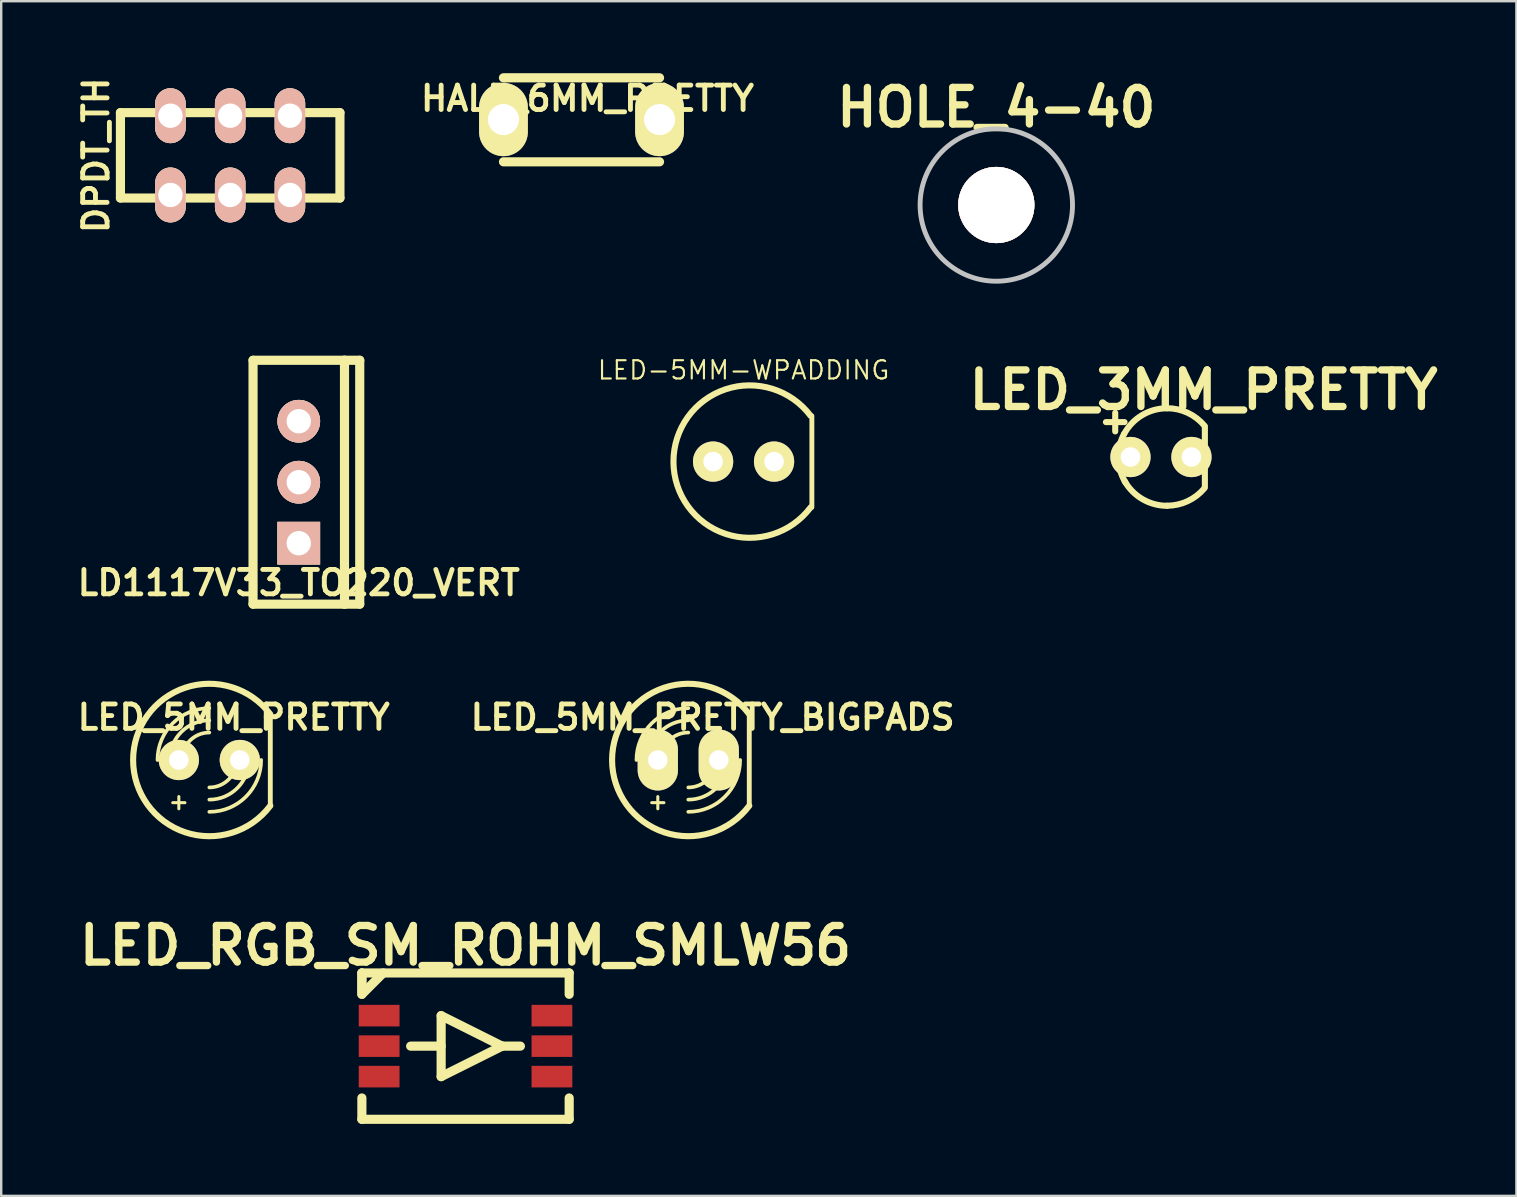
<source format=kicad_pcb>
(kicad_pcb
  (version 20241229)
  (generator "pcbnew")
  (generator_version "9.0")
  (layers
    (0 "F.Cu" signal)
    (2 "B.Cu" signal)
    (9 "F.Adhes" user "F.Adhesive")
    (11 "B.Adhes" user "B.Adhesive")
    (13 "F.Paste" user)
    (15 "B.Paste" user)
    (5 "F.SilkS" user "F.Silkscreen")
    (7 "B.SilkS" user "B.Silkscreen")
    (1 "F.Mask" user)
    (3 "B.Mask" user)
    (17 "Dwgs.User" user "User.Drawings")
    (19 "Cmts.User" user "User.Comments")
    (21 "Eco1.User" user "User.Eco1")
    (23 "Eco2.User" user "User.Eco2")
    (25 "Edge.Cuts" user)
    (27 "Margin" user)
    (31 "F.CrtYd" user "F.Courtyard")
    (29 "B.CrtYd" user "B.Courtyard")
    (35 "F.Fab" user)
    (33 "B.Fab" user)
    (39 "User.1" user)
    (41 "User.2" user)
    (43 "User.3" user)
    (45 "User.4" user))
  (footprint "LED_5MM_PRETTY_BIGPADS"
    (layer "F.Cu")
    (at 25.623 28.61)
    (property "Reference" "LED_5MM_PRETTY_BIGPADS" (at 1.016 -1.778 0) (layer "F.SilkS") (effects (font (size 1.016 1.016) (thickness 0.203))))
    (attr through_hole)
    (fp_line (start -1.524 1.778) (end -1.016 1.778) (stroke (width 0.127) (type solid)) (layer "F.SilkS"))
    (fp_line (start -1.27 1.524) (end -1.27 2.032) (stroke (width 0.127) (type solid)) (layer "F.SilkS"))
    (fp_line (start 2.54 1.905) (end 2.54 -1.905) (stroke (width 0.203) (type solid)) (layer "F.SilkS"))
    (fp_arc (start -2.159 0) (mid -1.526644 -1.526644) (end 0 -2.159) (stroke (width 0.1524) (type solid)) (layer "F.SilkS"))
    (fp_arc (start -1.651 0) (mid -1.167433 -1.167433) (end 0 -1.651) (stroke (width 0.1524) (type solid)) (layer "F.SilkS"))
    (fp_arc (start -1.143 0) (mid -0.808223 -0.808223) (end 0 -1.143) (stroke (width 0.1524) (type solid)) (layer "F.SilkS"))
    (fp_arc (start 1.143 0) (mid 0.808223 0.808223) (end 0 1.143) (stroke (width 0.1524) (type solid)) (layer "F.SilkS"))
    (fp_arc (start 1.651 0) (mid 1.167433 1.167433) (end 0 1.651) (stroke (width 0.1524) (type solid)) (layer "F.SilkS"))
    (fp_arc (start 2.159 0) (mid 1.526644 1.526644) (end 0 2.159) (stroke (width 0.1524) (type solid)) (layer "F.SilkS"))
    (fp_arc (start 2.54 1.905) (mid -3.175 0.001668) (end 2.537997 -1.907668) (stroke (width 0.254) (type solid)) (layer "F.SilkS"))
    (pad "1" thru_hole oval (at -1.27 0) (size 1.676 2.54) (drill 0.813) (layers "*.Cu" "*.Mask" "F.SilkS" "F.Paste"))
    (pad "2" thru_hole oval (at 1.27 0) (size 1.676 2.54) (drill 0.813) (layers "*.Cu" "*.Mask" "F.SilkS" "F.Paste")))
  (footprint "HOLE_4-40"
    (layer "F.Cu")
    (at 38.454 5.49)
    (property "Reference" "HOLE_4-40" (at 0 -4.064 0) (layer "F.SilkS") (effects (font (size 1.524 1.524) (thickness 0.305))))
    (attr through_hole)
    (fp_circle (center 0 0) (end 3.175 0) (stroke (width 0.203) (type solid)) (fill no) (layer "Dwgs.User"))
    (pad "" thru_hole circle (at 0 0 90) (size 3.175 3.175) (drill 3.175) (layers "*.Cu" "*.SilkS")))
  (footprint "DPDT_TH"
    (layer "F.Cu")
    (at 6.539 3.421)
    (property "Reference" "DPDT_TH" (at -5.588 0 90) (layer "F.SilkS") (effects (font (size 1.016 1.016) (thickness 0.203))))
    (attr through_hole)
    (fp_line (start -4.572 -1.778) (end -4.572 1.778) (stroke (width 0.381) (type solid)) (layer "F.SilkS"))
    (fp_line (start -4.572 -1.778) (end 4.572 -1.778) (stroke (width 0.381) (type solid)) (layer "F.SilkS"))
    (fp_line (start -4.572 1.778) (end 4.572 1.778) (stroke (width 0.381) (type solid)) (layer "F.SilkS"))
    (fp_line (start 4.572 -1.778) (end 4.572 1.778) (stroke (width 0.381) (type solid)) (layer "F.SilkS"))
    (pad "1" thru_hole oval (at -2.489 -1.651) (size 1.27 2.286) (drill 1.016) (layers "*.Cu" "*.SilkS" "*.Mask"))
    (pad "2" thru_hole oval (at 0 -1.651) (size 1.27 2.286) (drill 1.016) (layers "*.Cu" "*.SilkS" "*.Mask"))
    (pad "3" thru_hole oval (at 2.489 -1.651) (size 1.27 2.286) (drill 1.016) (layers "*.Cu" "*.SilkS" "*.Mask"))
    (pad "4" thru_hole oval (at -2.489 1.651) (size 1.27 2.286) (drill 1.016) (layers "*.Cu" "*.SilkS" "*.Mask"))
    (pad "5" thru_hole oval (at 0 1.651) (size 1.27 2.286) (drill 1.016) (layers "*.Cu" "*.SilkS" "*.Mask"))
    (pad "6" thru_hole oval (at 2.489 1.651) (size 1.27 2.286) (drill 1.016) (layers "*.Cu" "*.SilkS" "*.Mask")))
  (footprint "LED-5MM-WPADDING"
    (layer "F.Cu")
    (at 27.926 16.179)
    (property "Reference" "LED-5MM-WPADDING" (at 0 -3.81 0) (layer "F.SilkS") (effects (font (size 0.762 0.762) (thickness 0.089))))
    (attr exclude_from_pos_files exclude_from_bom)
    (fp_line (start 2.845 1.905) (end 2.845 -1.905) (stroke (width 0.203) (type solid)) (layer "F.SilkS"))
    (fp_arc (start 2.794 1.905) (mid -2.921 0.001668) (end 2.791997 -1.907668) (stroke (width 0.254) (type solid)) (layer "F.SilkS"))
    (pad "1" thru_hole circle (at -1.27 0) (size 1.676 1.676) (drill 0.813) (layers "*.Cu" "*.Mask" "F.SilkS" "F.Paste"))
    (pad "2" thru_hole circle (at 1.27 0) (size 1.676 1.676) (drill 0.813) (layers "*.Cu" "*.Mask" "F.SilkS" "F.Paste")))
  (footprint "HALF_6MM_PRETTY"
    (layer "F.Cu")
    (at 21.423 1.941)
    (property "Reference" "HALF_6MM_PRETTY" (at 0 -0.889 0) (layer "F.SilkS") (effects (font (size 1.016 1.016) (thickness 0.203))))
    (attr through_hole)
    (fp_line (start -3.5 -1.75) (end 3.002 -1.75) (stroke (width 0.381) (type solid)) (layer "F.SilkS"))
    (fp_line (start 3.002 1.75) (end -3.5 1.75) (stroke (width 0.381) (type solid)) (layer "F.SilkS"))
    (pad "1" thru_hole oval (at -3.5 -0.01) (size 2.032 3.048) (drill 1.293) (layers "*.Cu" "*.Mask" "F.SilkS"))
    (pad "2" thru_hole oval (at 3.002 -0.01) (size 2.032 3.048) (drill 1.293) (layers "*.Cu" "*.Mask" "F.SilkS")))
  (footprint "LED_3MM_PRETTY"
    (layer "F.Cu")
    (at 45.313 15.988)
    (property "Reference" "LED_3MM_PRETTY" (at 1.778 -2.794 0) (layer "F.SilkS") (effects (font (size 1.524 1.524) (thickness 0.305))))
    (attr exclude_from_pos_files exclude_from_bom)
    (fp_line (start 1.829 1.27) (end 1.829 -1.27) (stroke (width 0.254) (type solid)) (layer "F.SilkS"))
    (fp_arc (start -1.778 0) (mid -1.716347 -0.496745) (end -1.53513 -0.963347) (stroke (width 0.254) (type solid)) (layer "F.SilkS"))
    (fp_arc (start -1.5367 -0.95504) (mid -0.790567 -1.739997) (end 0.253025 -2.02946) (stroke (width 0.254) (type solid)) (layer "F.SilkS"))
    (fp_arc (start -1.47574 1.06426) (mid -1.700164 0.553076) (end -1.776923 0.0001) (stroke (width 0.254) (type solid)) (layer "F.SilkS"))
    (fp_arc (start 0.254 -2.032) (mid 1.114367 -1.840867) (end 1.81288 -1.303426) (stroke (width 0.254) (type solid)) (layer "F.SilkS"))
    (fp_arc (start 0.254 2.032) (mid -0.76507 1.757988) (end -1.509299 1.009851) (stroke (width 0.254) (type solid)) (layer "F.SilkS"))
    (fp_arc (start 1.8034 1.31064) (mid 1.109154 1.840416) (end 0.256552 2.029387) (stroke (width 0.254) (type solid)) (layer "F.SilkS"))
    (fp_text user "+" (at -1.905 -1.524 0) (layer "F.SilkS") (effects (font (size 1.016 1.016) (thickness 0.254))))
    (pad "1" thru_hole circle (at -1.27 0) (size 1.676 1.676) (drill 0.813) (layers "*.Cu" "*.Mask" "F.SilkS" "F.Paste"))
    (pad "2" thru_hole circle (at 1.27 0) (size 1.676 1.676) (drill 0.813) (layers "*.Cu" "*.Mask" "F.SilkS" "F.Paste")))
  (footprint "LD1117V33_TO220_VERT"
    (layer "F.Cu")
    (at 9.396 17.038)
    (property "Reference" "LD1117V33_TO220_VERT" (at 0 4.191 0) (layer "F.SilkS") (effects (font (size 1.016 1.016) (thickness 0.203))))
    (attr through_hole)
    (fp_line (start -1.905 -5.08) (end 1.905 -5.08) (stroke (width 0.381) (type solid)) (layer "F.SilkS"))
    (fp_line (start -1.905 5.08) (end -1.905 -5.08) (stroke (width 0.381) (type solid)) (layer "F.SilkS"))
    (fp_line (start 1.905 -5.08) (end 1.905 5.08) (stroke (width 0.381) (type solid)) (layer "F.SilkS"))
    (fp_line (start 1.905 -5.08) (end 2.54 -5.08) (stroke (width 0.381) (type solid)) (layer "F.SilkS"))
    (fp_line (start 1.905 5.08) (end -1.905 5.08) (stroke (width 0.381) (type solid)) (layer "F.SilkS"))
    (fp_line (start 2.54 -5.08) (end 2.54 5.08) (stroke (width 0.381) (type solid)) (layer "F.SilkS"))
    (fp_line (start 2.54 5.08) (end 1.905 5.08) (stroke (width 0.381) (type solid)) (layer "F.SilkS"))
    (pad "GND" thru_hole circle (at 0 -2.54) (size 1.778 1.778) (drill 1.016) (layers "*.Cu" "*.SilkS" "*.Mask"))
    (pad "VI" thru_hole rect (at 0 2.54) (size 1.778 1.778) (drill 1.016) (layers "*.Cu" "*.SilkS" "*.Mask"))
    (pad "VO" thru_hole circle (at 0 0) (size 1.778 1.778) (drill 1.016) (layers "*.Cu" "*.SilkS" "*.Mask")))
  (footprint "LED_5MM_PRETTY"
    (layer "F.Cu")
    (at 5.67 28.61)
    (property "Reference" "LED_5MM_PRETTY" (at 1.016 -1.778 0) (layer "F.SilkS") (effects (font (size 1.016 1.016) (thickness 0.203))))
    (attr through_hole)
    (fp_line (start -1.524 1.778) (end -1.016 1.778) (stroke (width 0.127) (type solid)) (layer "F.SilkS"))
    (fp_line (start -1.27 1.524) (end -1.27 2.032) (stroke (width 0.127) (type solid)) (layer "F.SilkS"))
    (fp_line (start 2.54 1.905) (end 2.54 -1.905) (stroke (width 0.203) (type solid)) (layer "F.SilkS"))
    (fp_arc (start -2.159 0) (mid -1.526644 -1.526644) (end 0 -2.159) (stroke (width 0.1524) (type solid)) (layer "F.SilkS"))
    (fp_arc (start -1.651 0) (mid -1.167433 -1.167433) (end 0 -1.651) (stroke (width 0.1524) (type solid)) (layer "F.SilkS"))
    (fp_arc (start -1.143 0) (mid -0.808223 -0.808223) (end 0 -1.143) (stroke (width 0.1524) (type solid)) (layer "F.SilkS"))
    (fp_arc (start 1.143 0) (mid 0.808223 0.808223) (end 0 1.143) (stroke (width 0.1524) (type solid)) (layer "F.SilkS"))
    (fp_arc (start 1.651 0) (mid 1.167433 1.167433) (end 0 1.651) (stroke (width 0.1524) (type solid)) (layer "F.SilkS"))
    (fp_arc (start 2.159 0) (mid 1.526644 1.526644) (end 0 2.159) (stroke (width 0.1524) (type solid)) (layer "F.SilkS"))
    (fp_arc (start 2.54 1.905) (mid -3.175 0.001668) (end 2.537997 -1.907668) (stroke (width 0.254) (type solid)) (layer "F.SilkS"))
    (pad "1" thru_hole circle (at -1.27 0) (size 1.676 1.676) (drill 0.813) (layers "*.Cu" "*.Mask" "F.SilkS" "F.Paste"))
    (pad "2" thru_hole circle (at 1.27 0) (size 1.676 1.676) (drill 0.813) (layers "*.Cu" "*.Mask" "F.SilkS" "F.Paste")))
  (footprint "LED_RGB_SM_ROHM_SMLW56"
    (layer "F.Cu")
    (at 16.343 40.53)
    (property "Reference" "LED_RGB_SM_ROHM_SMLW56" (at 0 -4.191 0) (layer "F.SilkS") (effects (font (size 1.524 1.524) (thickness 0.305))))
    (attr through_hole)
    (fp_line (start -4.318 -3.048) (end 4.318 -3.048) (stroke (width 0.381) (type solid)) (layer "F.SilkS"))
    (fp_line (start -4.318 -2.286) (end -4.318 -3.048) (stroke (width 0.381) (type solid)) (layer "F.SilkS"))
    (fp_line (start -4.318 -2.159) (end -4.318 -3.048) (stroke (width 0.381) (type solid)) (layer "F.SilkS"))
    (fp_line (start -4.318 -2.159) (end -3.429 -3.048) (stroke (width 0.381) (type solid)) (layer "F.SilkS"))
    (fp_line (start -4.318 2.159) (end -4.318 3.048) (stroke (width 0.381) (type solid)) (layer "F.SilkS"))
    (fp_line (start -4.318 3.048) (end 4.318 3.048) (stroke (width 0.381) (type solid)) (layer "F.SilkS"))
    (fp_line (start -1.016 -1.27) (end 1.524 0) (stroke (width 0.381) (type solid)) (layer "F.SilkS"))
    (fp_line (start -1.016 0) (end -2.286 0) (stroke (width 0.381) (type solid)) (layer "F.SilkS"))
    (fp_line (start -1.016 1.27) (end -1.016 -1.27) (stroke (width 0.381) (type solid)) (layer "F.SilkS"))
    (fp_line (start 1.524 0) (end -1.016 1.27) (stroke (width 0.381) (type solid)) (layer "F.SilkS"))
    (fp_line (start 1.524 0) (end 2.286 0) (stroke (width 0.381) (type solid)) (layer "F.SilkS"))
    (fp_line (start 4.318 -3.048) (end 4.318 -2.159) (stroke (width 0.381) (type solid)) (layer "F.SilkS"))
    (fp_line (start 4.318 3.048) (end 4.318 2.159) (stroke (width 0.381) (type solid)) (layer "F.SilkS"))
    (pad "1" smd rect (at -3.599 -1.27) (size 1.699 0.899) (layers "F.Cu" "F.Mask" "F.Paste"))
    (pad "2" smd rect (at -3.599 0) (size 1.699 0.899) (layers "F.Cu" "F.Mask" "F.Paste"))
    (pad "3" smd rect (at -3.599 1.27) (size 1.699 0.899) (layers "F.Cu" "F.Mask" "F.Paste"))
    (pad "4" smd rect (at 3.599 1.27) (size 1.699 0.899) (layers "F.Cu" "F.Mask" "F.Paste"))
    (pad "5" smd rect (at 3.599 0) (size 1.699 0.899) (layers "F.Cu" "F.Mask" "F.Paste"))
    (pad "6" smd rect (at 3.599 -1.27) (size 1.699 0.899) (layers "F.Cu" "F.Mask" "F.Paste")))
  (gr_rect
    (start -3 -3)
    (end 60.12 46.768)
    (stroke (width 0.1) (type default))
    (fill no)
    (layer "Edge.Cuts")))
</source>
